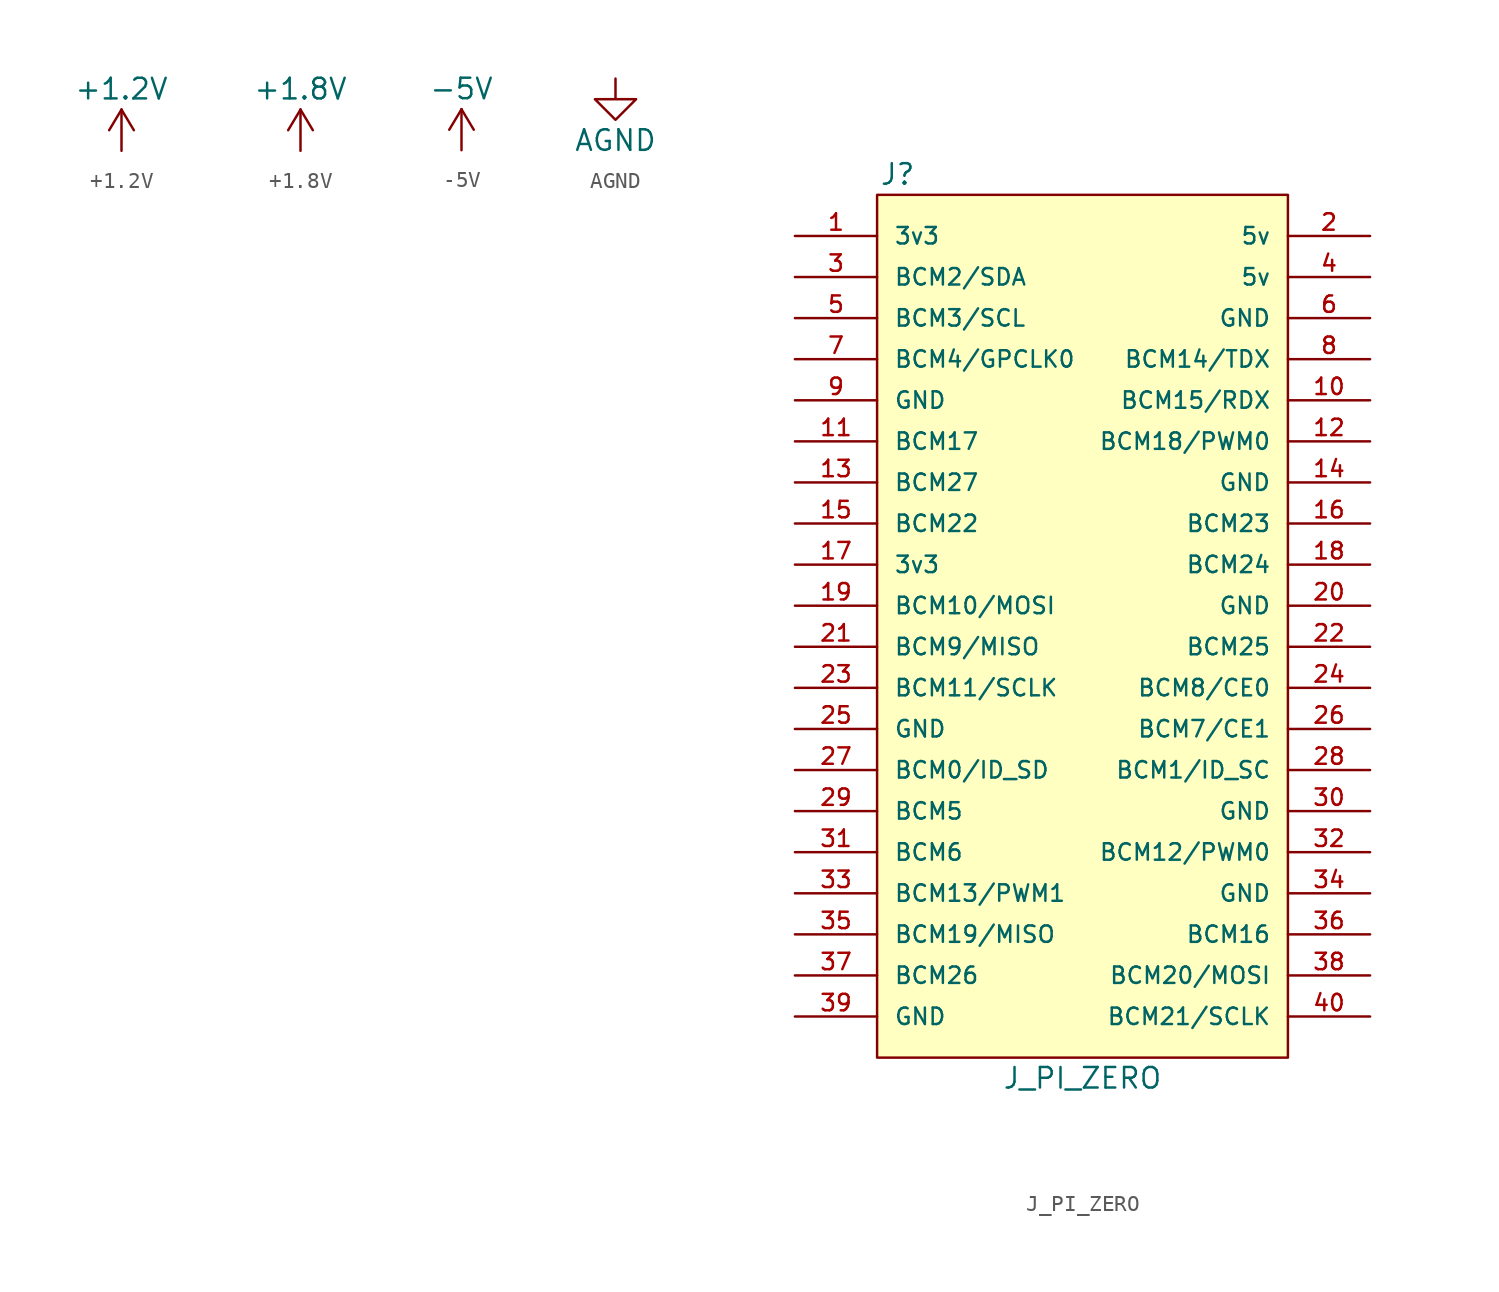
<source format=kicad_sym>
(kicad_symbol_lib
  (version 20220914)
  (generator kicad_symbol_editor)
  (symbol "+1.2V"
    (power)
    (pin_names
      (offset 0))
    (property "Reference" "#PWR"
      (at 0 -1.27 0)
      (effects (font (size 1.27 1.27)) hide))
    (property "Value" "+1.2V"
      (at 0 3.81 0)
      (effects (font (size 1.27 1.27))))
    (symbol "+1.2V_1_1"
      (polyline (pts (xy -0.762 1.27) (xy 0 2.54)) (stroke (width 0) (type default)) (fill (type none)))
      (polyline (pts (xy 0 0) (xy 0 2.54)) (stroke (width 0) (type default)) (fill (type none)))
      (polyline (pts (xy 0 2.54) (xy 0.762 1.27)) (stroke (width 0) (type default)) (fill (type none)))
      (pin power_in line (at 0 0 90) (length 0) hide (name "+1.2V" (effects (font (size 1.27 1.27)))) (number "1" (effects (font (size 1.27 1.27)))))))
  (symbol "+1.8V"
    (power)
    (pin_names
      (offset 0))
    (property "Reference" "#PWR"
      (at 0 -1.27 0)
      (effects (font (size 1.27 1.27)) hide))
    (property "Value" "+1.8V"
      (at 0 3.81 0)
      (effects (font (size 1.27 1.27))))
    (symbol "+1.8V_1_1"
      (polyline (pts (xy -0.762 1.27) (xy 0 2.54)) (stroke (width 0) (type default)) (fill (type none)))
      (polyline (pts (xy 0 0) (xy 0 2.54)) (stroke (width 0) (type default)) (fill (type none)))
      (polyline (pts (xy 0 2.54) (xy 0.762 1.27)) (stroke (width 0) (type default)) (fill (type none)))
      (pin power_in line (at 0 0 90) (length 0) hide (name "+1.8V" (effects (font (size 1.27 1.27)))) (number "1" (effects (font (size 1.27 1.27)))))))
  (symbol "-5V"
    (power)
    (pin_names
      (offset 0))
    (property "Reference" "#PWR"
      (at 0 -2.54 0)
      (effects (font (size 1.27 1.27)) hide))
    (property "Value" "-5V"
      (at 0 3.81 0)
      (effects (font (size 1.27 1.27))))
    (symbol "-5V_1_1"
      (polyline (pts (xy -0.762 1.27) (xy 0 2.54)) (stroke (width 0) (type default)) (fill (type none)))
      (polyline (pts (xy 0 0) (xy 0 2.54)) (stroke (width 0) (type default)) (fill (type none)))
      (polyline (pts (xy 0 2.54) (xy 0.762 1.27)) (stroke (width 0) (type default)) (fill (type none)))
      (pin power_in line (at 0 0 90) (length 2.54) hide (name "-5V" (effects (font (size 1.016 1.016)))) (number "1" (effects (font (size 1.016 1.016)))))))
  (symbol "AGND"
    (power)
    (pin_names
      (offset 0))
    (property "Reference" "#PWR"
      (at 0 -5.08 0)
      (effects (font (size 1.27 1.27)) hide))
    (property "Value" "AGND"
      (at 0 -3.81 0)
      (effects (font (size 1.27 1.27))))
    (symbol "AGND_1_1"
      (polyline (pts (xy 0 0) (xy 0 -1.27) (xy 1.27 -1.27) (xy 0 -2.54) (xy -1.27 -1.27) (xy 0 -1.27)) (stroke (width 0) (type default)) (fill (type none)))
      (pin power_in line (at 0 0 270) (length 0) hide (name "GND" (effects (font (size 1.27 1.27)))) (number "1" (effects (font (size 1.27 1.27)))))))
  (symbol "J_PI_ZERO"
    (pin_names
      (offset 1.016))
    (property "Reference" "J"
      (at -11.43 27.94 0)
      (effects (font (size 1.27 1.27))))
    (property "Value" "J_PI_ZERO"
      (at 0 -27.94 0)
      (effects (font (size 1.27 1.27))))
    (symbol "J_PI_ZERO_1_1"
      (rectangle (start -12.7 26.67) (end 12.7 -26.67) (stroke (width 0) (type default)) (fill (type background)))
      (pin passive line (at -17.78 24.13 0) (length 5.08) (name "3v3" (effects (font (size 1.016 1.016)))) (number "1" (effects (font (size 1.016 1.016)))))
      (pin passive line (at 17.78 13.97 180) (length 5.08) (name "BCM15/RDX" (effects (font (size 1.016 1.016)))) (number "10" (effects (font (size 1.016 1.016)))))
      (pin passive line (at -17.78 11.43 0) (length 5.08) (name "BCM17" (effects (font (size 1.016 1.016)))) (number "11" (effects (font (size 1.016 1.016)))))
      (pin passive line (at 17.78 11.43 180) (length 5.08) (name "BCM18/PWM0" (effects (font (size 1.016 1.016)))) (number "12" (effects (font (size 1.016 1.016)))))
      (pin passive line (at -17.78 8.89 0) (length 5.08) (name "BCM27" (effects (font (size 1.016 1.016)))) (number "13" (effects (font (size 1.016 1.016)))))
      (pin passive line (at 17.78 8.89 180) (length 5.08) (name "GND" (effects (font (size 1.016 1.016)))) (number "14" (effects (font (size 1.016 1.016)))))
      (pin passive line (at -17.78 6.35 0) (length 5.08) (name "BCM22" (effects (font (size 1.016 1.016)))) (number "15" (effects (font (size 1.016 1.016)))))
      (pin passive line (at 17.78 6.35 180) (length 5.08) (name "BCM23" (effects (font (size 1.016 1.016)))) (number "16" (effects (font (size 1.016 1.016)))))
      (pin passive line (at -17.78 3.81 0) (length 5.08) (name "3v3" (effects (font (size 1.016 1.016)))) (number "17" (effects (font (size 1.016 1.016)))))
      (pin passive line (at 17.78 3.81 180) (length 5.08) (name "BCM24" (effects (font (size 1.016 1.016)))) (number "18" (effects (font (size 1.016 1.016)))))
      (pin passive line (at -17.78 1.27 0) (length 5.08) (name "BCM10/MOSI" (effects (font (size 1.016 1.016)))) (number "19" (effects (font (size 1.016 1.016)))))
      (pin passive line (at 17.78 24.13 180) (length 5.08) (name "5v" (effects (font (size 1.016 1.016)))) (number "2" (effects (font (size 1.016 1.016)))))
      (pin passive line (at 17.78 1.27 180) (length 5.08) (name "GND" (effects (font (size 1.016 1.016)))) (number "20" (effects (font (size 1.016 1.016)))))
      (pin passive line (at -17.78 -1.27 0) (length 5.08) (name "BCM9/MISO" (effects (font (size 1.016 1.016)))) (number "21" (effects (font (size 1.016 1.016)))))
      (pin passive line (at 17.78 -1.27 180) (length 5.08) (name "BCM25" (effects (font (size 1.016 1.016)))) (number "22" (effects (font (size 1.016 1.016)))))
      (pin passive line (at -17.78 -3.81 0) (length 5.08) (name "BCM11/SCLK" (effects (font (size 1.016 1.016)))) (number "23" (effects (font (size 1.016 1.016)))))
      (pin passive line (at 17.78 -3.81 180) (length 5.08) (name "BCM8/CE0" (effects (font (size 1.016 1.016)))) (number "24" (effects (font (size 1.016 1.016)))))
      (pin passive line (at -17.78 -6.35 0) (length 5.08) (name "GND" (effects (font (size 1.016 1.016)))) (number "25" (effects (font (size 1.016 1.016)))))
      (pin passive line (at 17.78 -6.35 180) (length 5.08) (name "BCM7/CE1" (effects (font (size 1.016 1.016)))) (number "26" (effects (font (size 1.016 1.016)))))
      (pin passive line (at -17.78 -8.89 0) (length 5.08) (name "BCM0/ID_SD" (effects (font (size 1.016 1.016)))) (number "27" (effects (font (size 1.016 1.016)))))
      (pin passive line (at 17.78 -8.89 180) (length 5.08) (name "BCM1/ID_SC" (effects (font (size 1.016 1.016)))) (number "28" (effects (font (size 1.016 1.016)))))
      (pin passive line (at -17.78 -11.43 0) (length 5.08) (name "BCM5" (effects (font (size 1.016 1.016)))) (number "29" (effects (font (size 1.016 1.016)))))
      (pin passive line (at -17.78 21.59 0) (length 5.08) (name "BCM2/SDA" (effects (font (size 1.016 1.016)))) (number "3" (effects (font (size 1.016 1.016)))))
      (pin passive line (at 17.78 -11.43 180) (length 5.08) (name "GND" (effects (font (size 1.016 1.016)))) (number "30" (effects (font (size 1.016 1.016)))))
      (pin passive line (at -17.78 -13.97 0) (length 5.08) (name "BCM6" (effects (font (size 1.016 1.016)))) (number "31" (effects (font (size 1.016 1.016)))))
      (pin passive line (at 17.78 -13.97 180) (length 5.08) (name "BCM12/PWM0" (effects (font (size 1.016 1.016)))) (number "32" (effects (font (size 1.016 1.016)))))
      (pin passive line (at -17.78 -16.51 0) (length 5.08) (name "BCM13/PWM1" (effects (font (size 1.016 1.016)))) (number "33" (effects (font (size 1.016 1.016)))))
      (pin passive line (at 17.78 -16.51 180) (length 5.08) (name "GND" (effects (font (size 1.016 1.016)))) (number "34" (effects (font (size 1.016 1.016)))))
      (pin passive line (at -17.78 -19.05 0) (length 5.08) (name "BCM19/MISO" (effects (font (size 1.016 1.016)))) (number "35" (effects (font (size 1.016 1.016)))))
      (pin passive line (at 17.78 -19.05 180) (length 5.08) (name "BCM16" (effects (font (size 1.016 1.016)))) (number "36" (effects (font (size 1.016 1.016)))))
      (pin passive line (at -17.78 -21.59 0) (length 5.08) (name "BCM26" (effects (font (size 1.016 1.016)))) (number "37" (effects (font (size 1.016 1.016)))))
      (pin passive line (at 17.78 -21.59 180) (length 5.08) (name "BCM20/MOSI" (effects (font (size 1.016 1.016)))) (number "38" (effects (font (size 1.016 1.016)))))
      (pin passive line (at -17.78 -24.13 0) (length 5.08) (name "GND" (effects (font (size 1.016 1.016)))) (number "39" (effects (font (size 1.016 1.016)))))
      (pin passive line (at 17.78 21.59 180) (length 5.08) (name "5v" (effects (font (size 1.016 1.016)))) (number "4" (effects (font (size 1.016 1.016)))))
      (pin passive line (at 17.78 -24.13 180) (length 5.08) (name "BCM21/SCLK" (effects (font (size 1.016 1.016)))) (number "40" (effects (font (size 1.016 1.016)))))
      (pin passive line (at -17.78 19.05 0) (length 5.08) (name "BCM3/SCL" (effects (font (size 1.016 1.016)))) (number "5" (effects (font (size 1.016 1.016)))))
      (pin passive line (at 17.78 19.05 180) (length 5.08) (name "GND" (effects (font (size 1.016 1.016)))) (number "6" (effects (font (size 1.016 1.016)))))
      (pin passive line (at -17.78 16.51 0) (length 5.08) (name "BCM4/GPCLK0" (effects (font (size 1.016 1.016)))) (number "7" (effects (font (size 1.016 1.016)))))
      (pin passive line (at 17.78 16.51 180) (length 5.08) (name "BCM14/TDX" (effects (font (size 1.016 1.016)))) (number "8" (effects (font (size 1.016 1.016)))))
      (pin passive line (at -17.78 13.97 0) (length 5.08) (name "GND" (effects (font (size 1.016 1.016)))) (number "9" (effects (font (size 1.016 1.016))))))))
</source>
